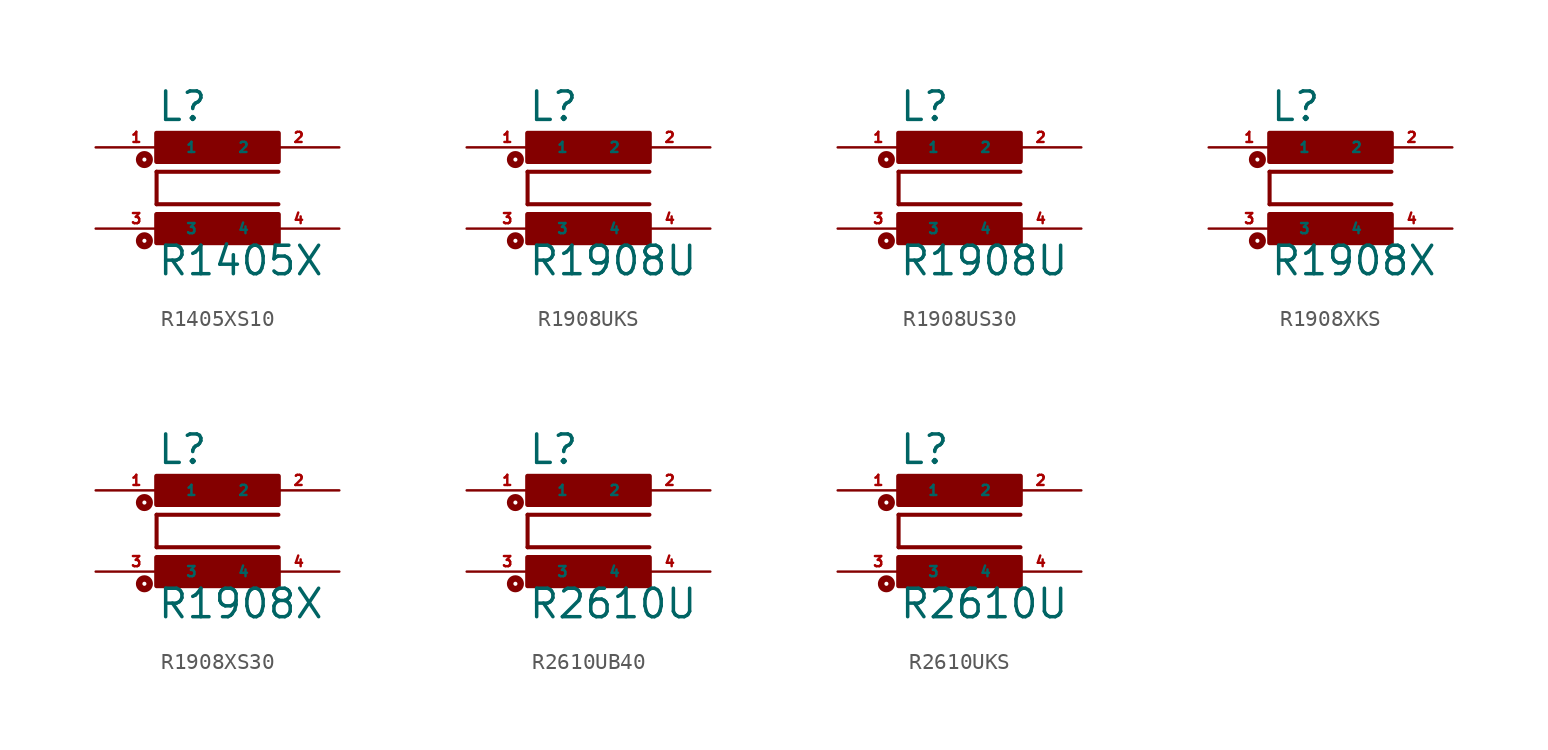
<source format=kicad_sym>
(kicad_symbol_lib
  (version 20220914)
  (generator Eagle2Kicad)
  (symbol "R1405XS10"
    (property "Reference" "L"
      (at -3.81 4.064 0)
      (effects (font (size 1.778 1.778) (thickness 0.22)) (justify left bottom)))
    (property "Value" "R1405X"
      (at -3.81 -5.588 0)
      (effects (font (size 1.778 1.778) (thickness 0.22)) (justify left bottom)))
    (polyline
      (pts (xy 3.81 1.016) (xy -3.81 1.016))
      (stroke (width 0.254) (type default))
      (fill (type none)))
    (polyline
      (pts (xy -3.81 -1.016) (xy -3.81 1.016))
      (stroke (width 0.254) (type default))
      (fill (type none)))
    (polyline
      (pts (xy -3.81 -1.016) (xy 3.81 -1.016))
      (stroke (width 0.254) (type default))
      (fill (type none)))
    (circle
      (center -4.572 -3.302)
      (radius 0.127)
      (stroke (width 0.406) (type default))
      (fill (type none)))
    (circle
      (center -4.572 1.778)
      (radius 0.127)
      (stroke (width 0.406) (type default))
      (fill (type none)))
    (rectangle
      (start -3.81 1.651)
      (end 3.81 3.429)
      (stroke (width 0.3) (type default))
      (fill (type outline)))
    (rectangle
      (start -3.81 -3.429)
      (end 3.81 -1.651)
      (stroke (width 0.3) (type default))
      (fill (type outline)))
    (pin passive line
      (at 7.62 2.54 180)
      (length 5.08)
      (name "2" (effects (font (size 0.635 0.635) (thickness 0.08)) (justify left bottom)))
      (number "2" (effects (font (size 0.635 0.635) (thickness 0.08)) (justify left bottom))))
    (pin passive line
      (at -7.62 2.54 0)
      (length 5.08)
      (name "1" (effects (font (size 0.635 0.635) (thickness 0.08)) (justify left bottom)))
      (number "1" (effects (font (size 0.635 0.635) (thickness 0.08)) (justify left bottom))))
    (pin passive line
      (at -7.62 -2.54 0)
      (length 5.08)
      (name "3" (effects (font (size 0.635 0.635) (thickness 0.08)) (justify left bottom)))
      (number "3" (effects (font (size 0.635 0.635) (thickness 0.08)) (justify left bottom))))
    (pin passive line
      (at 7.62 -2.54 180)
      (length 5.08)
      (name "4" (effects (font (size 0.635 0.635) (thickness 0.08)) (justify left bottom)))
      (number "4" (effects (font (size 0.635 0.635) (thickness 0.08)) (justify left bottom)))))
  (symbol "R1908UKS"
    (property "Reference" "L"
      (at -3.81 4.064 0)
      (effects (font (size 1.778 1.778) (thickness 0.22)) (justify left bottom)))
    (property "Value" "R1908U"
      (at -3.81 -5.588 0)
      (effects (font (size 1.778 1.778) (thickness 0.22)) (justify left bottom)))
    (polyline
      (pts (xy 3.81 1.016) (xy -3.81 1.016))
      (stroke (width 0.254) (type default))
      (fill (type none)))
    (polyline
      (pts (xy -3.81 -1.016) (xy -3.81 1.016))
      (stroke (width 0.254) (type default))
      (fill (type none)))
    (polyline
      (pts (xy -3.81 -1.016) (xy 3.81 -1.016))
      (stroke (width 0.254) (type default))
      (fill (type none)))
    (circle
      (center -4.572 -3.302)
      (radius 0.127)
      (stroke (width 0.406) (type default))
      (fill (type none)))
    (circle
      (center -4.572 1.778)
      (radius 0.127)
      (stroke (width 0.406) (type default))
      (fill (type none)))
    (rectangle
      (start -3.81 1.651)
      (end 3.81 3.429)
      (stroke (width 0.3) (type default))
      (fill (type outline)))
    (rectangle
      (start -3.81 -3.429)
      (end 3.81 -1.651)
      (stroke (width 0.3) (type default))
      (fill (type outline)))
    (pin passive line
      (at 7.62 2.54 180)
      (length 5.08)
      (name "2" (effects (font (size 0.635 0.635) (thickness 0.08)) (justify left bottom)))
      (number "2" (effects (font (size 0.635 0.635) (thickness 0.08)) (justify left bottom))))
    (pin passive line
      (at -7.62 2.54 0)
      (length 5.08)
      (name "1" (effects (font (size 0.635 0.635) (thickness 0.08)) (justify left bottom)))
      (number "1" (effects (font (size 0.635 0.635) (thickness 0.08)) (justify left bottom))))
    (pin passive line
      (at -7.62 -2.54 0)
      (length 5.08)
      (name "3" (effects (font (size 0.635 0.635) (thickness 0.08)) (justify left bottom)))
      (number "3" (effects (font (size 0.635 0.635) (thickness 0.08)) (justify left bottom))))
    (pin passive line
      (at 7.62 -2.54 180)
      (length 5.08)
      (name "4" (effects (font (size 0.635 0.635) (thickness 0.08)) (justify left bottom)))
      (number "4" (effects (font (size 0.635 0.635) (thickness 0.08)) (justify left bottom)))))
  (symbol "R1908US30"
    (property "Reference" "L"
      (at -3.81 4.064 0)
      (effects (font (size 1.778 1.778) (thickness 0.22)) (justify left bottom)))
    (property "Value" "R1908U"
      (at -3.81 -5.588 0)
      (effects (font (size 1.778 1.778) (thickness 0.22)) (justify left bottom)))
    (polyline
      (pts (xy 3.81 1.016) (xy -3.81 1.016))
      (stroke (width 0.254) (type default))
      (fill (type none)))
    (polyline
      (pts (xy -3.81 -1.016) (xy -3.81 1.016))
      (stroke (width 0.254) (type default))
      (fill (type none)))
    (polyline
      (pts (xy -3.81 -1.016) (xy 3.81 -1.016))
      (stroke (width 0.254) (type default))
      (fill (type none)))
    (circle
      (center -4.572 -3.302)
      (radius 0.127)
      (stroke (width 0.406) (type default))
      (fill (type none)))
    (circle
      (center -4.572 1.778)
      (radius 0.127)
      (stroke (width 0.406) (type default))
      (fill (type none)))
    (rectangle
      (start -3.81 1.651)
      (end 3.81 3.429)
      (stroke (width 0.3) (type default))
      (fill (type outline)))
    (rectangle
      (start -3.81 -3.429)
      (end 3.81 -1.651)
      (stroke (width 0.3) (type default))
      (fill (type outline)))
    (pin passive line
      (at 7.62 2.54 180)
      (length 5.08)
      (name "2" (effects (font (size 0.635 0.635) (thickness 0.08)) (justify left bottom)))
      (number "2" (effects (font (size 0.635 0.635) (thickness 0.08)) (justify left bottom))))
    (pin passive line
      (at -7.62 2.54 0)
      (length 5.08)
      (name "1" (effects (font (size 0.635 0.635) (thickness 0.08)) (justify left bottom)))
      (number "1" (effects (font (size 0.635 0.635) (thickness 0.08)) (justify left bottom))))
    (pin passive line
      (at -7.62 -2.54 0)
      (length 5.08)
      (name "3" (effects (font (size 0.635 0.635) (thickness 0.08)) (justify left bottom)))
      (number "3" (effects (font (size 0.635 0.635) (thickness 0.08)) (justify left bottom))))
    (pin passive line
      (at 7.62 -2.54 180)
      (length 5.08)
      (name "4" (effects (font (size 0.635 0.635) (thickness 0.08)) (justify left bottom)))
      (number "4" (effects (font (size 0.635 0.635) (thickness 0.08)) (justify left bottom)))))
  (symbol "R1908XKS"
    (property "Reference" "L"
      (at -3.81 4.064 0)
      (effects (font (size 1.778 1.778) (thickness 0.22)) (justify left bottom)))
    (property "Value" "R1908X"
      (at -3.81 -5.588 0)
      (effects (font (size 1.778 1.778) (thickness 0.22)) (justify left bottom)))
    (polyline
      (pts (xy 3.81 1.016) (xy -3.81 1.016))
      (stroke (width 0.254) (type default))
      (fill (type none)))
    (polyline
      (pts (xy -3.81 -1.016) (xy -3.81 1.016))
      (stroke (width 0.254) (type default))
      (fill (type none)))
    (polyline
      (pts (xy -3.81 -1.016) (xy 3.81 -1.016))
      (stroke (width 0.254) (type default))
      (fill (type none)))
    (circle
      (center -4.572 -3.302)
      (radius 0.127)
      (stroke (width 0.406) (type default))
      (fill (type none)))
    (circle
      (center -4.572 1.778)
      (radius 0.127)
      (stroke (width 0.406) (type default))
      (fill (type none)))
    (rectangle
      (start -3.81 1.651)
      (end 3.81 3.429)
      (stroke (width 0.3) (type default))
      (fill (type outline)))
    (rectangle
      (start -3.81 -3.429)
      (end 3.81 -1.651)
      (stroke (width 0.3) (type default))
      (fill (type outline)))
    (pin passive line
      (at 7.62 2.54 180)
      (length 5.08)
      (name "2" (effects (font (size 0.635 0.635) (thickness 0.08)) (justify left bottom)))
      (number "2" (effects (font (size 0.635 0.635) (thickness 0.08)) (justify left bottom))))
    (pin passive line
      (at -7.62 2.54 0)
      (length 5.08)
      (name "1" (effects (font (size 0.635 0.635) (thickness 0.08)) (justify left bottom)))
      (number "1" (effects (font (size 0.635 0.635) (thickness 0.08)) (justify left bottom))))
    (pin passive line
      (at -7.62 -2.54 0)
      (length 5.08)
      (name "3" (effects (font (size 0.635 0.635) (thickness 0.08)) (justify left bottom)))
      (number "3" (effects (font (size 0.635 0.635) (thickness 0.08)) (justify left bottom))))
    (pin passive line
      (at 7.62 -2.54 180)
      (length 5.08)
      (name "4" (effects (font (size 0.635 0.635) (thickness 0.08)) (justify left bottom)))
      (number "4" (effects (font (size 0.635 0.635) (thickness 0.08)) (justify left bottom)))))
  (symbol "R1908XS30"
    (property "Reference" "L"
      (at -3.81 4.064 0)
      (effects (font (size 1.778 1.778) (thickness 0.22)) (justify left bottom)))
    (property "Value" "R1908X"
      (at -3.81 -5.588 0)
      (effects (font (size 1.778 1.778) (thickness 0.22)) (justify left bottom)))
    (polyline
      (pts (xy 3.81 1.016) (xy -3.81 1.016))
      (stroke (width 0.254) (type default))
      (fill (type none)))
    (polyline
      (pts (xy -3.81 -1.016) (xy -3.81 1.016))
      (stroke (width 0.254) (type default))
      (fill (type none)))
    (polyline
      (pts (xy -3.81 -1.016) (xy 3.81 -1.016))
      (stroke (width 0.254) (type default))
      (fill (type none)))
    (circle
      (center -4.572 -3.302)
      (radius 0.127)
      (stroke (width 0.406) (type default))
      (fill (type none)))
    (circle
      (center -4.572 1.778)
      (radius 0.127)
      (stroke (width 0.406) (type default))
      (fill (type none)))
    (rectangle
      (start -3.81 1.651)
      (end 3.81 3.429)
      (stroke (width 0.3) (type default))
      (fill (type outline)))
    (rectangle
      (start -3.81 -3.429)
      (end 3.81 -1.651)
      (stroke (width 0.3) (type default))
      (fill (type outline)))
    (pin passive line
      (at 7.62 2.54 180)
      (length 5.08)
      (name "2" (effects (font (size 0.635 0.635) (thickness 0.08)) (justify left bottom)))
      (number "2" (effects (font (size 0.635 0.635) (thickness 0.08)) (justify left bottom))))
    (pin passive line
      (at -7.62 2.54 0)
      (length 5.08)
      (name "1" (effects (font (size 0.635 0.635) (thickness 0.08)) (justify left bottom)))
      (number "1" (effects (font (size 0.635 0.635) (thickness 0.08)) (justify left bottom))))
    (pin passive line
      (at -7.62 -2.54 0)
      (length 5.08)
      (name "3" (effects (font (size 0.635 0.635) (thickness 0.08)) (justify left bottom)))
      (number "3" (effects (font (size 0.635 0.635) (thickness 0.08)) (justify left bottom))))
    (pin passive line
      (at 7.62 -2.54 180)
      (length 5.08)
      (name "4" (effects (font (size 0.635 0.635) (thickness 0.08)) (justify left bottom)))
      (number "4" (effects (font (size 0.635 0.635) (thickness 0.08)) (justify left bottom)))))
  (symbol "R2610UB40"
    (property "Reference" "L"
      (at -3.81 4.064 0)
      (effects (font (size 1.778 1.778) (thickness 0.22)) (justify left bottom)))
    (property "Value" "R2610U"
      (at -3.81 -5.588 0)
      (effects (font (size 1.778 1.778) (thickness 0.22)) (justify left bottom)))
    (polyline
      (pts (xy 3.81 1.016) (xy -3.81 1.016))
      (stroke (width 0.254) (type default))
      (fill (type none)))
    (polyline
      (pts (xy -3.81 -1.016) (xy -3.81 1.016))
      (stroke (width 0.254) (type default))
      (fill (type none)))
    (polyline
      (pts (xy -3.81 -1.016) (xy 3.81 -1.016))
      (stroke (width 0.254) (type default))
      (fill (type none)))
    (circle
      (center -4.572 -3.302)
      (radius 0.127)
      (stroke (width 0.406) (type default))
      (fill (type none)))
    (circle
      (center -4.572 1.778)
      (radius 0.127)
      (stroke (width 0.406) (type default))
      (fill (type none)))
    (rectangle
      (start -3.81 1.651)
      (end 3.81 3.429)
      (stroke (width 0.3) (type default))
      (fill (type outline)))
    (rectangle
      (start -3.81 -3.429)
      (end 3.81 -1.651)
      (stroke (width 0.3) (type default))
      (fill (type outline)))
    (pin passive line
      (at 7.62 2.54 180)
      (length 5.08)
      (name "2" (effects (font (size 0.635 0.635) (thickness 0.08)) (justify left bottom)))
      (number "2" (effects (font (size 0.635 0.635) (thickness 0.08)) (justify left bottom))))
    (pin passive line
      (at -7.62 2.54 0)
      (length 5.08)
      (name "1" (effects (font (size 0.635 0.635) (thickness 0.08)) (justify left bottom)))
      (number "1" (effects (font (size 0.635 0.635) (thickness 0.08)) (justify left bottom))))
    (pin passive line
      (at -7.62 -2.54 0)
      (length 5.08)
      (name "3" (effects (font (size 0.635 0.635) (thickness 0.08)) (justify left bottom)))
      (number "3" (effects (font (size 0.635 0.635) (thickness 0.08)) (justify left bottom))))
    (pin passive line
      (at 7.62 -2.54 180)
      (length 5.08)
      (name "4" (effects (font (size 0.635 0.635) (thickness 0.08)) (justify left bottom)))
      (number "4" (effects (font (size 0.635 0.635) (thickness 0.08)) (justify left bottom)))))
  (symbol "R2610UKS"
    (property "Reference" "L"
      (at -3.81 4.064 0)
      (effects (font (size 1.778 1.778) (thickness 0.22)) (justify left bottom)))
    (property "Value" "R2610U"
      (at -3.81 -5.588 0)
      (effects (font (size 1.778 1.778) (thickness 0.22)) (justify left bottom)))
    (polyline
      (pts (xy 3.81 1.016) (xy -3.81 1.016))
      (stroke (width 0.254) (type default))
      (fill (type none)))
    (polyline
      (pts (xy -3.81 -1.016) (xy -3.81 1.016))
      (stroke (width 0.254) (type default))
      (fill (type none)))
    (polyline
      (pts (xy -3.81 -1.016) (xy 3.81 -1.016))
      (stroke (width 0.254) (type default))
      (fill (type none)))
    (circle
      (center -4.572 -3.302)
      (radius 0.127)
      (stroke (width 0.406) (type default))
      (fill (type none)))
    (circle
      (center -4.572 1.778)
      (radius 0.127)
      (stroke (width 0.406) (type default))
      (fill (type none)))
    (rectangle
      (start -3.81 1.651)
      (end 3.81 3.429)
      (stroke (width 0.3) (type default))
      (fill (type outline)))
    (rectangle
      (start -3.81 -3.429)
      (end 3.81 -1.651)
      (stroke (width 0.3) (type default))
      (fill (type outline)))
    (pin passive line
      (at 7.62 2.54 180)
      (length 5.08)
      (name "2" (effects (font (size 0.635 0.635) (thickness 0.08)) (justify left bottom)))
      (number "2" (effects (font (size 0.635 0.635) (thickness 0.08)) (justify left bottom))))
    (pin passive line
      (at -7.62 2.54 0)
      (length 5.08)
      (name "1" (effects (font (size 0.635 0.635) (thickness 0.08)) (justify left bottom)))
      (number "1" (effects (font (size 0.635 0.635) (thickness 0.08)) (justify left bottom))))
    (pin passive line
      (at -7.62 -2.54 0)
      (length 5.08)
      (name "3" (effects (font (size 0.635 0.635) (thickness 0.08)) (justify left bottom)))
      (number "3" (effects (font (size 0.635 0.635) (thickness 0.08)) (justify left bottom))))
    (pin passive line
      (at 7.62 -2.54 180)
      (length 5.08)
      (name "4" (effects (font (size 0.635 0.635) (thickness 0.08)) (justify left bottom)))
      (number "4" (effects (font (size 0.635 0.635) (thickness 0.08)) (justify left bottom))))))
</source>
